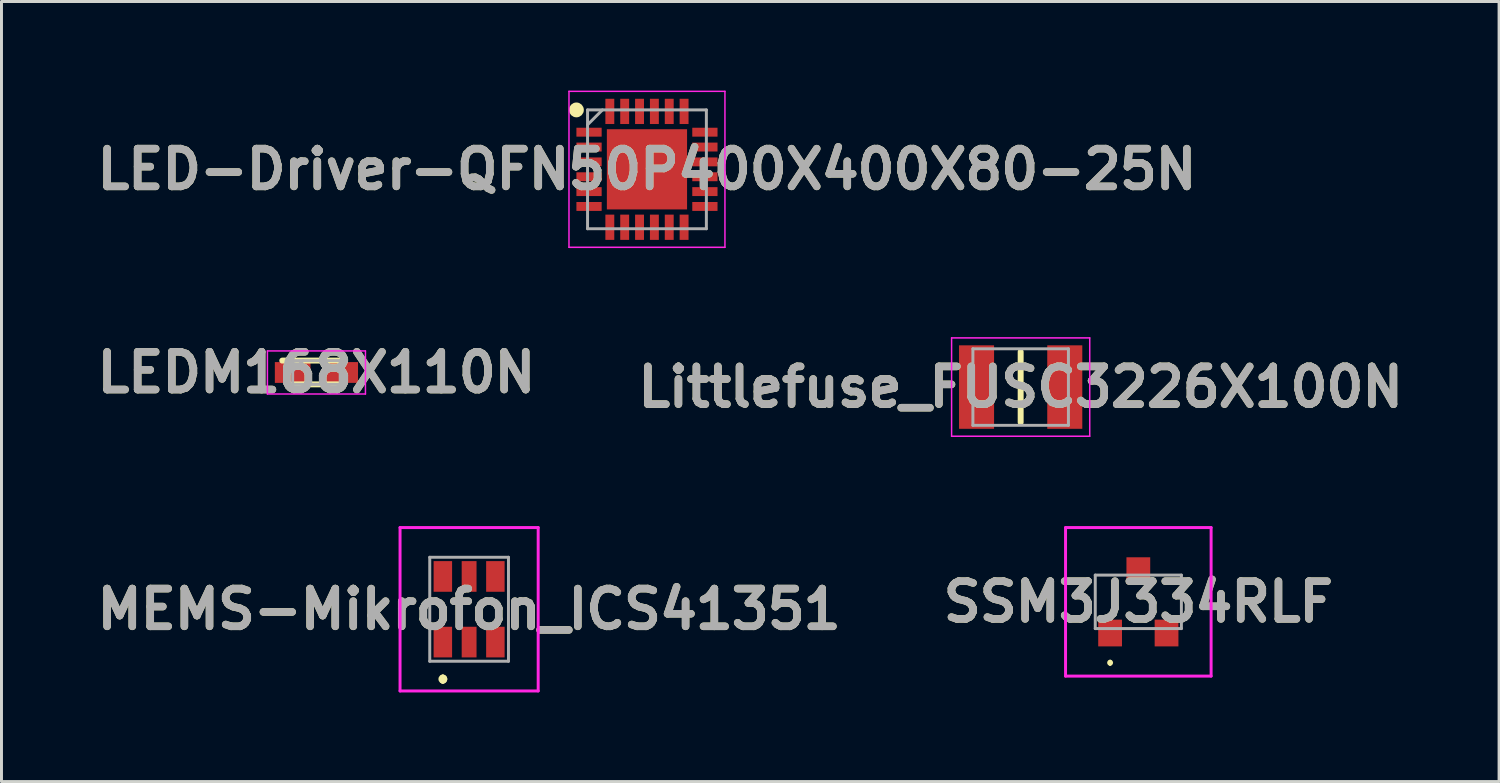
<source format=kicad_pcb>
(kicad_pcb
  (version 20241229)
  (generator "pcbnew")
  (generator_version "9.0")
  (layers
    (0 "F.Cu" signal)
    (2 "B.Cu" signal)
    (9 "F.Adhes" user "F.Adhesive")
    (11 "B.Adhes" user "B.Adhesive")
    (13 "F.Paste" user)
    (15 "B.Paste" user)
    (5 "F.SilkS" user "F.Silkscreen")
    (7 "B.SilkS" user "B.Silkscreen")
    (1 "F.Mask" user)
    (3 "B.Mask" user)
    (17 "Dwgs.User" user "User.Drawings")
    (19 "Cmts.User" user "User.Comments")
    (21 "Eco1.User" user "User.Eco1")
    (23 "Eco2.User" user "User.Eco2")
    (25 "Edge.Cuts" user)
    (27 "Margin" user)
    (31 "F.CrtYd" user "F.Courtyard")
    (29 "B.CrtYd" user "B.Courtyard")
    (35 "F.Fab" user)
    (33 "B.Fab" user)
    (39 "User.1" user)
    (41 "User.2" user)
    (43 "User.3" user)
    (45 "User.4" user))
  (footprint "LEDM168X110N"
    (layer "F.Cu")
    (at 7.602 9.489)
    (property "Reference" "LEDM168X110N" (at 0 0 0) (layer "F.SilkS") (effects (font (size 1.27 1.27) (thickness 0.254))))
    (attr smd)
    (fp_line (start -0.8 0.4) (end 0.8 0.4) (stroke (width 0.2) (type solid)) (layer "F.SilkS"))
    (fp_line (start 0.8 -0.4) (end -1.15 -0.4) (stroke (width 0.2) (type solid)) (layer "F.SilkS"))
    (fp_line (start -1.65 -0.725) (end 1.65 -0.725) (stroke (width 0.05) (type solid)) (layer "F.CrtYd"))
    (fp_line (start -1.65 0.725) (end -1.65 -0.725) (stroke (width 0.05) (type solid)) (layer "F.CrtYd"))
    (fp_line (start 1.65 -0.725) (end 1.65 0.725) (stroke (width 0.05) (type solid)) (layer "F.CrtYd"))
    (fp_line (start 1.65 0.725) (end -1.65 0.725) (stroke (width 0.05) (type solid)) (layer "F.CrtYd"))
    (fp_line (start -0.8 -0.4) (end 0.8 -0.4) (stroke (width 0.1) (type solid)) (layer "F.Fab"))
    (fp_line (start -0.8 -0.05) (end -0.45 -0.4) (stroke (width 0.1) (type solid)) (layer "F.Fab"))
    (fp_line (start -0.8 0.4) (end -0.8 -0.4) (stroke (width 0.1) (type solid)) (layer "F.Fab"))
    (fp_line (start 0.8 -0.4) (end 0.8 0.4) (stroke (width 0.1) (type solid)) (layer "F.Fab"))
    (fp_line (start 0.8 0.4) (end -0.8 0.4) (stroke (width 0.1) (type solid)) (layer "F.Fab"))
    (fp_text user "${REFERENCE}" (at 0 0 0) (layer "F.Fab") (effects (font (size 1.27 1.27) (thickness 0.254))))
    (pad "1" smd rect (at -0.8 0 90) (size 0.7 1.2) (layers "F.Cu" "F.Mask" "F.Paste"))
    (pad "2" smd rect (at 0.8 0 90) (size 0.7 1.2) (layers "F.Cu" "F.Mask" "F.Paste")))
  (footprint "Littlefuse_FUSC3226X100N"
    (layer "F.Cu")
    (at 31.309 9.98)
    (property "Reference" "Littlefuse_FUSC3226X100N" (at 0 0 0) (layer "F.SilkS") (effects (font (size 1.27 1.27) (thickness 0.254))))
    (attr smd)
    (fp_line (start 0 -1.188) (end 0 1.188) (stroke (width 0.2) (type solid)) (layer "F.SilkS"))
    (fp_line (start -2.325 -1.655) (end 2.325 -1.655) (stroke (width 0.05) (type solid)) (layer "F.CrtYd"))
    (fp_line (start -2.325 1.655) (end -2.325 -1.655) (stroke (width 0.05) (type solid)) (layer "F.CrtYd"))
    (fp_line (start 2.325 -1.655) (end 2.325 1.655) (stroke (width 0.05) (type solid)) (layer "F.CrtYd"))
    (fp_line (start 2.325 1.655) (end -2.325 1.655) (stroke (width 0.05) (type solid)) (layer "F.CrtYd"))
    (fp_line (start -1.608 -1.288) (end 1.608 -1.288) (stroke (width 0.1) (type solid)) (layer "F.Fab"))
    (fp_line (start -1.608 1.288) (end -1.608 -1.288) (stroke (width 0.1) (type solid)) (layer "F.Fab"))
    (fp_line (start 1.608 -1.288) (end 1.608 1.288) (stroke (width 0.1) (type solid)) (layer "F.Fab"))
    (fp_line (start 1.608 1.288) (end -1.608 1.288) (stroke (width 0.1) (type solid)) (layer "F.Fab"))
    (fp_text user "${REFERENCE}" (at 0 0 0) (layer "F.Fab") (effects (font (size 1.27 1.27) (thickness 0.254))))
    (pad "1" smd rect (at -1.485 0) (size 1.18 2.81) (layers "F.Cu" "F.Mask" "F.Paste"))
    (pad "2" smd rect (at 1.485 0) (size 1.18 2.81) (layers "F.Cu" "F.Mask" "F.Paste")))
  (footprint "LED-Driver-QFN50P400X400X80-25N"
    (layer "F.Cu")
    (at 18.729 2.65)
    (property "Reference" "LED-Driver-QFN50P400X400X80-25N" (at 0 0 0) (layer "F.SilkS") (effects (font (size 1.27 1.27) (thickness 0.254))))
    (attr smd)
    (fp_circle (center -2.375 -2) (end -2.375 -1.875) (stroke (width 0.25) (type solid)) (fill no) (layer "F.SilkS"))
    (fp_line (start -2.625 -2.625) (end 2.625 -2.625) (stroke (width 0.05) (type solid)) (layer "F.CrtYd"))
    (fp_line (start -2.625 2.625) (end -2.625 -2.625) (stroke (width 0.05) (type solid)) (layer "F.CrtYd"))
    (fp_line (start 2.625 -2.625) (end 2.625 2.625) (stroke (width 0.05) (type solid)) (layer "F.CrtYd"))
    (fp_line (start 2.625 2.625) (end -2.625 2.625) (stroke (width 0.05) (type solid)) (layer "F.CrtYd"))
    (fp_line (start -2 -2) (end 2 -2) (stroke (width 0.1) (type solid)) (layer "F.Fab"))
    (fp_line (start -2 -1.5) (end -1.5 -2) (stroke (width 0.1) (type solid)) (layer "F.Fab"))
    (fp_line (start -2 2) (end -2 -2) (stroke (width 0.1) (type solid)) (layer "F.Fab"))
    (fp_line (start 2 -2) (end 2 2) (stroke (width 0.1) (type solid)) (layer "F.Fab"))
    (fp_line (start 2 2) (end -2 2) (stroke (width 0.1) (type solid)) (layer "F.Fab"))
    (fp_text user "${REFERENCE}" (at 0 0 0) (layer "F.Fab") (effects (font (size 1.27 1.27) (thickness 0.254))))
    (pad "1" smd rect (at -1.95 -1.25 90) (size 0.3 0.85) (layers "F.Cu" "F.Mask" "F.Paste"))
    (pad "2" smd rect (at -1.95 -0.75 90) (size 0.3 0.85) (layers "F.Cu" "F.Mask" "F.Paste"))
    (pad "3" smd rect (at -1.95 -0.25 90) (size 0.3 0.85) (layers "F.Cu" "F.Mask" "F.Paste"))
    (pad "4" smd rect (at -1.95 0.25 90) (size 0.3 0.85) (layers "F.Cu" "F.Mask" "F.Paste"))
    (pad "5" smd rect (at -1.95 0.75 90) (size 0.3 0.85) (layers "F.Cu" "F.Mask" "F.Paste"))
    (pad "6" smd rect (at -1.95 1.25 90) (size 0.3 0.85) (layers "F.Cu" "F.Mask" "F.Paste"))
    (pad "7" smd rect (at -1.25 1.95) (size 0.3 0.85) (layers "F.Cu" "F.Mask" "F.Paste"))
    (pad "8" smd rect (at -0.75 1.95) (size 0.3 0.85) (layers "F.Cu" "F.Mask" "F.Paste"))
    (pad "9" smd rect (at -0.25 1.95) (size 0.3 0.85) (layers "F.Cu" "F.Mask" "F.Paste"))
    (pad "10" smd rect (at 0.25 1.95) (size 0.3 0.85) (layers "F.Cu" "F.Mask" "F.Paste"))
    (pad "11" smd rect (at 0.75 1.95) (size 0.3 0.85) (layers "F.Cu" "F.Mask" "F.Paste"))
    (pad "12" smd rect (at 1.25 1.95) (size 0.3 0.85) (layers "F.Cu" "F.Mask" "F.Paste"))
    (pad "13" smd rect (at 1.95 1.25 90) (size 0.3 0.85) (layers "F.Cu" "F.Mask" "F.Paste"))
    (pad "14" smd rect (at 1.95 0.75 90) (size 0.3 0.85) (layers "F.Cu" "F.Mask" "F.Paste"))
    (pad "15" smd rect (at 1.95 0.25 90) (size 0.3 0.85) (layers "F.Cu" "F.Mask" "F.Paste"))
    (pad "16" smd rect (at 1.95 -0.25 90) (size 0.3 0.85) (layers "F.Cu" "F.Mask" "F.Paste"))
    (pad "17" smd rect (at 1.95 -0.75 90) (size 0.3 0.85) (layers "F.Cu" "F.Mask" "F.Paste"))
    (pad "18" smd rect (at 1.95 -1.25 90) (size 0.3 0.85) (layers "F.Cu" "F.Mask" "F.Paste"))
    (pad "19" smd rect (at 1.25 -1.95) (size 0.3 0.85) (layers "F.Cu" "F.Mask" "F.Paste"))
    (pad "20" smd rect (at 0.75 -1.95) (size 0.3 0.85) (layers "F.Cu" "F.Mask" "F.Paste"))
    (pad "21" smd rect (at 0.25 -1.95) (size 0.3 0.85) (layers "F.Cu" "F.Mask" "F.Paste"))
    (pad "22" smd rect (at -0.25 -1.95) (size 0.3 0.85) (layers "F.Cu" "F.Mask" "F.Paste"))
    (pad "23" smd rect (at -0.75 -1.95) (size 0.3 0.85) (layers "F.Cu" "F.Mask" "F.Paste"))
    (pad "24" smd rect (at -1.25 -1.95) (size 0.3 0.85) (layers "F.Cu" "F.Mask" "F.Paste"))
    (pad "25" smd rect (at 0 0) (size 2.7 2.7) (layers "F.Cu" "F.Mask" "F.Paste")))
  (footprint "SSM3J334RLF"
    (layer "F.Cu")
    (at 35.27 17.21)
    (property "Reference" "SSM3J334RLF" (at 0 0 0) (layer "F.SilkS") (effects (font (size 1.27 1.27) (thickness 0.254))))
    (attr smd)
    (fp_line (start -0.95 2) (end -0.95 2) (stroke (width 0.1) (type solid)) (layer "F.SilkS"))
    (fp_line (start -0.95 2.1) (end -0.95 2.1) (stroke (width 0.1) (type solid)) (layer "F.SilkS"))
    (fp_arc (start -0.95 2) (mid -0.9 2.05) (end -0.95 2.1) (stroke (width 0.1) (type solid)) (layer "F.SilkS"))
    (fp_arc (start -0.95 2.1) (mid -1 2.05) (end -0.95 2) (stroke (width 0.1) (type solid)) (layer "F.SilkS"))
    (fp_line (start -2.45 -2.5) (end 2.45 -2.5) (stroke (width 0.1) (type solid)) (layer "F.CrtYd"))
    (fp_line (start -2.45 2.5) (end -2.45 -2.5) (stroke (width 0.1) (type solid)) (layer "F.CrtYd"))
    (fp_line (start 2.45 -2.5) (end 2.45 2.5) (stroke (width 0.1) (type solid)) (layer "F.CrtYd"))
    (fp_line (start 2.45 2.5) (end -2.45 2.5) (stroke (width 0.1) (type solid)) (layer "F.CrtYd"))
    (fp_line (start -1.45 -0.9) (end 1.45 -0.9) (stroke (width 0.1) (type solid)) (layer "F.Fab"))
    (fp_line (start -1.45 0.9) (end -1.45 -0.9) (stroke (width 0.1) (type solid)) (layer "F.Fab"))
    (fp_line (start 1.45 -0.9) (end 1.45 0.9) (stroke (width 0.1) (type solid)) (layer "F.Fab"))
    (fp_line (start 1.45 0.9) (end -1.45 0.9) (stroke (width 0.1) (type solid)) (layer "F.Fab"))
    (fp_text user "${REFERENCE}" (at 0 0 0) (layer "F.Fab") (effects (font (size 1.27 1.27) (thickness 0.254))))
    (pad "1" smd rect (at -0.95 1.05) (size 0.8 0.9) (layers "F.Cu" "F.Mask" "F.Paste"))
    (pad "2" smd rect (at 0.95 1.05) (size 0.8 0.9) (layers "F.Cu" "F.Mask" "F.Paste"))
    (pad "3" smd rect (at 0 -1.05) (size 0.8 0.9) (layers "F.Cu" "F.Mask" "F.Paste")))
  (footprint "MEMS-Mikrofon_ICS41351"
    (layer "F.Cu")
    (at 12.742 17.46)
    (property "Reference" "MEMS-Mikrofon_ICS41351" (at 0 0 0) (layer "F.SilkS") (effects (font (size 1.27 1.27) (thickness 0.254))))
    (attr smd)
    (fp_line (start -0.884 2.3) (end -0.884 2.3) (stroke (width 0.2) (type solid)) (layer "F.SilkS"))
    (fp_line (start -0.884 2.4) (end -0.884 2.4) (stroke (width 0.2) (type solid)) (layer "F.SilkS"))
    (fp_line (start -0.884 2.4) (end -0.884 2.4) (stroke (width 0.2) (type solid)) (layer "F.SilkS"))
    (fp_arc (start -0.884 2.3) (mid -0.834 2.35) (end -0.884 2.4) (stroke (width 0.2) (type solid)) (layer "F.SilkS"))
    (fp_arc (start -0.884 2.3) (mid -0.834 2.35) (end -0.884 2.4) (stroke (width 0.2) (type solid)) (layer "F.SilkS"))
    (fp_arc (start -0.884 2.4) (mid -0.934 2.35) (end -0.884 2.3) (stroke (width 0.2) (type solid)) (layer "F.SilkS"))
    (fp_line (start -2.325 -2.75) (end 2.325 -2.75) (stroke (width 0.1) (type solid)) (layer "F.CrtYd"))
    (fp_line (start -2.325 2.75) (end -2.325 -2.75) (stroke (width 0.1) (type solid)) (layer "F.CrtYd"))
    (fp_line (start 2.325 -2.75) (end 2.325 2.75) (stroke (width 0.1) (type solid)) (layer "F.CrtYd"))
    (fp_line (start 2.325 2.75) (end -2.325 2.75) (stroke (width 0.1) (type solid)) (layer "F.CrtYd"))
    (fp_line (start -1.325 -1.75) (end -1.325 1.75) (stroke (width 0.1) (type solid)) (layer "F.Fab"))
    (fp_line (start -1.325 1.75) (end 1.325 1.75) (stroke (width 0.1) (type solid)) (layer "F.Fab"))
    (fp_line (start 1.325 -1.75) (end -1.325 -1.75) (stroke (width 0.1) (type solid)) (layer "F.Fab"))
    (fp_line (start 1.325 1.75) (end 1.325 -1.75) (stroke (width 0.1) (type solid)) (layer "F.Fab"))
    (fp_text user "${REFERENCE}" (at 0 0 0) (layer "F.Fab") (effects (font (size 1.27 1.27) (thickness 0.254))))
    (pad "1" smd rect (at -0.884 1.105) (size 0.622 1.032) (layers "F.Cu" "F.Mask" "F.Paste"))
    (pad "2" smd rect (at 0 1.105) (size 0.5 1.032) (layers "F.Cu" "F.Mask" "F.Paste"))
    (pad "3" smd rect (at 0.884 1.105) (size 0.622 1.032) (layers "F.Cu" "F.Mask" "F.Paste"))
    (pad "4" smd rect (at 0.884 -1.105) (size 0.622 1.032) (layers "F.Cu" "F.Mask" "F.Paste"))
    (pad "5" smd rect (at 0 -1.105) (size 0.5 1.032) (layers "F.Cu" "F.Mask" "F.Paste"))
    (pad "6" smd rect (at -0.884 -1.105) (size 0.622 1.032) (layers "F.Cu" "F.Mask" "F.Paste")))
  (gr_rect
    (start -3 -3)
    (end 47.414 23.26)
    (stroke (width 0.1) (type default))
    (fill no)
    (layer "Edge.Cuts")))
</source>
